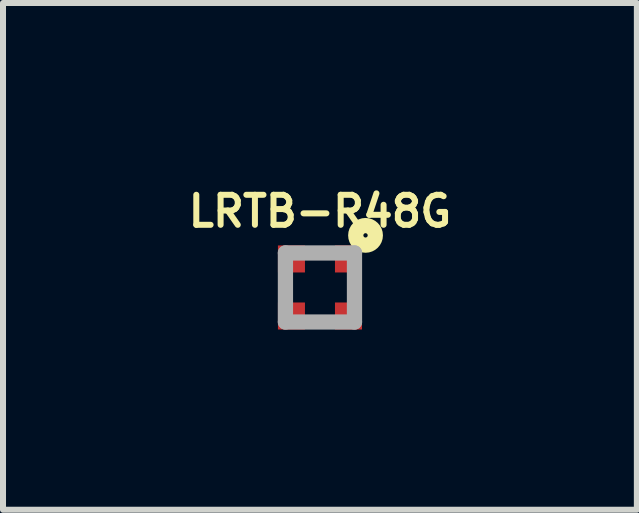
<source format=kicad_pcb>
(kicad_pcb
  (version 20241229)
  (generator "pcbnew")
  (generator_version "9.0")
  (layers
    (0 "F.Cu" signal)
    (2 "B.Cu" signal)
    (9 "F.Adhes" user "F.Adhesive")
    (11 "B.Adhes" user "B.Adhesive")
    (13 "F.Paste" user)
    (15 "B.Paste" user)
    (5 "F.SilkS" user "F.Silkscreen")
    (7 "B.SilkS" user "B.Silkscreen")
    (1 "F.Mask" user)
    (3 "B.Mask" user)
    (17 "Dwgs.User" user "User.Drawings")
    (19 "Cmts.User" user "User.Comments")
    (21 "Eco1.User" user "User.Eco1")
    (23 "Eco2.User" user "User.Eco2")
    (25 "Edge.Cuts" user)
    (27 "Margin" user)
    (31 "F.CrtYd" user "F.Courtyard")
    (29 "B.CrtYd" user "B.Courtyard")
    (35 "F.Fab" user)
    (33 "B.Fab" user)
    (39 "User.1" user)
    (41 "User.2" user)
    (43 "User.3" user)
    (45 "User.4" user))
  (footprint "LRTB-R48G"
    (layer "F.Cu")
    (at 2.279 1.738)
    (property "Reference" "LRTB-R48G" (at 0 -1.27 0) (layer "F.SilkS") (effects (font (size 0.5 0.5) (thickness 0.1) (bold yes))))
    (attr smd)
    (fp_circle (center 0.759 -0.868) (end 0.759 -0.832) (stroke (width 0.254) (type solid)) (fill no) (layer "F.SilkS"))
    (fp_line (start -0.575 -0.575) (end 0.575 -0.575) (stroke (width 0.254) (type solid)) (layer "F.Fab"))
    (fp_line (start -0.575 0.575) (end -0.575 -0.575) (stroke (width 0.254) (type solid)) (layer "F.Fab"))
    (fp_line (start 0.575 -0.575) (end 0.575 0.575) (stroke (width 0.254) (type solid)) (layer "F.Fab"))
    (fp_line (start 0.575 0.575) (end -0.575 0.575) (stroke (width 0.254) (type solid)) (layer "F.Fab"))
    (pad "1" smd rect (at 0.475 -0.475 90) (size 0.45 0.45) (layers "F.Cu" "F.Mask" "F.Paste"))
    (pad "2" smd rect (at 0.475 0.475 90) (size 0.45 0.45) (layers "F.Cu" "F.Mask" "F.Paste"))
    (pad "3" smd rect (at -0.475 0.475 90) (size 0.45 0.45) (layers "F.Cu" "F.Mask" "F.Paste"))
    (pad "4" smd rect (at -0.475 -0.475 90) (size 0.45 0.45) (layers "F.Cu" "F.Mask" "F.Paste")))
  (gr_rect
    (start -3 -3)
    (end 7.557 5.44)
    (stroke (width 0.1) (type default))
    (fill no)
    (layer "Edge.Cuts")))
</source>
